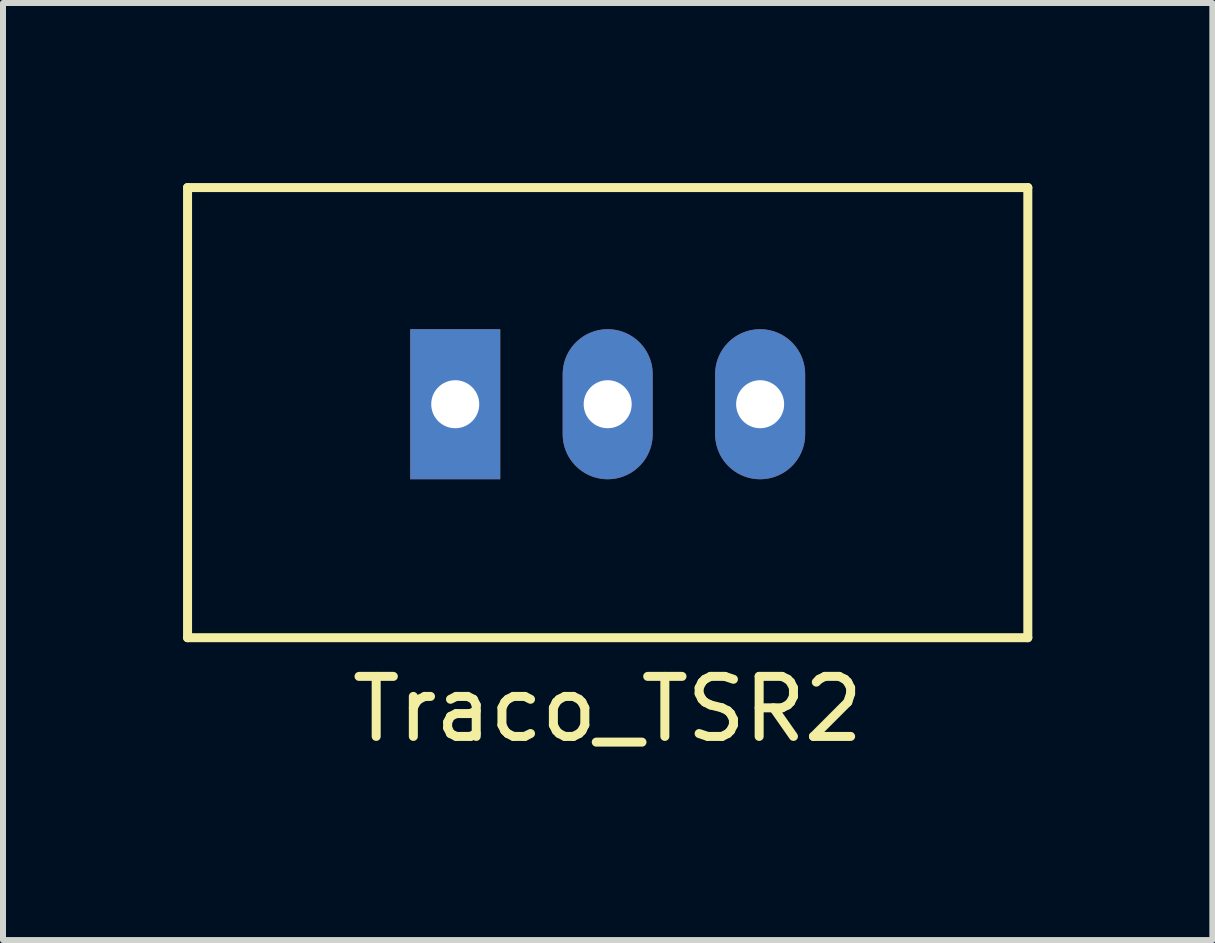
<source format=kicad_pcb>
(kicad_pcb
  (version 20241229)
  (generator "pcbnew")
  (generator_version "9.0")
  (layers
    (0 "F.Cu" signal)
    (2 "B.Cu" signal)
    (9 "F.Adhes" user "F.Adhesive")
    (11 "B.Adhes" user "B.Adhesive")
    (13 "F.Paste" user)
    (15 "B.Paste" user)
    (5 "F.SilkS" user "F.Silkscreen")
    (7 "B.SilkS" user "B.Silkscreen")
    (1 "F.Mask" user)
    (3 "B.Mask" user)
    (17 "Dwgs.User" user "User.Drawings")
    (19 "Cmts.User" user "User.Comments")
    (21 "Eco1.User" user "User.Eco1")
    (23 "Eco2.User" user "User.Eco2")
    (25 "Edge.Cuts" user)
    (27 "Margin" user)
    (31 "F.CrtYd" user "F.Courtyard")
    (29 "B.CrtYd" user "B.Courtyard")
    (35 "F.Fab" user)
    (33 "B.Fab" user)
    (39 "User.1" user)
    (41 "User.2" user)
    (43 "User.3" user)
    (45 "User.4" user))
  (footprint "Traco_TSR2"
    (layer "F.Cu")
    (at 7.075 3.685)
    (property "Reference" "Traco_TSR2" (at 0 5.08 0) (layer "F.SilkS") (effects (font (size 1 1) (thickness 0.15))))
    (attr through_hole)
    (fp_line (start -7 -3.61) (end -7 3.89) (stroke (width 0.15) (type solid)) (layer "F.SilkS"))
    (fp_line (start -7 3.89) (end 7 3.89) (stroke (width 0.15) (type solid)) (layer "F.SilkS"))
    (fp_line (start 7 -3.61) (end -7 -3.61) (stroke (width 0.15) (type solid)) (layer "F.SilkS"))
    (fp_line (start 7 3.89) (end 7 -3.61) (stroke (width 0.15) (type solid)) (layer "F.SilkS"))
    (pad "1" thru_hole rect (at -2.54 0) (size 1.5 2.5) (drill 0.8) (layers "*.Cu" "*.Mask"))
    (pad "2" thru_hole oval (at 0 0) (size 1.5 2.5) (drill 0.8) (layers "*.Cu" "*.Mask"))
    (pad "3" thru_hole oval (at 2.54 0) (size 1.5 2.5) (drill 0.8) (layers "*.Cu" "*.Mask")))
  (gr_rect
    (start -3 -3)
    (end 17.15 12.613)
    (stroke (width 0.1) (type default))
    (fill no)
    (layer "Edge.Cuts")))
</source>
